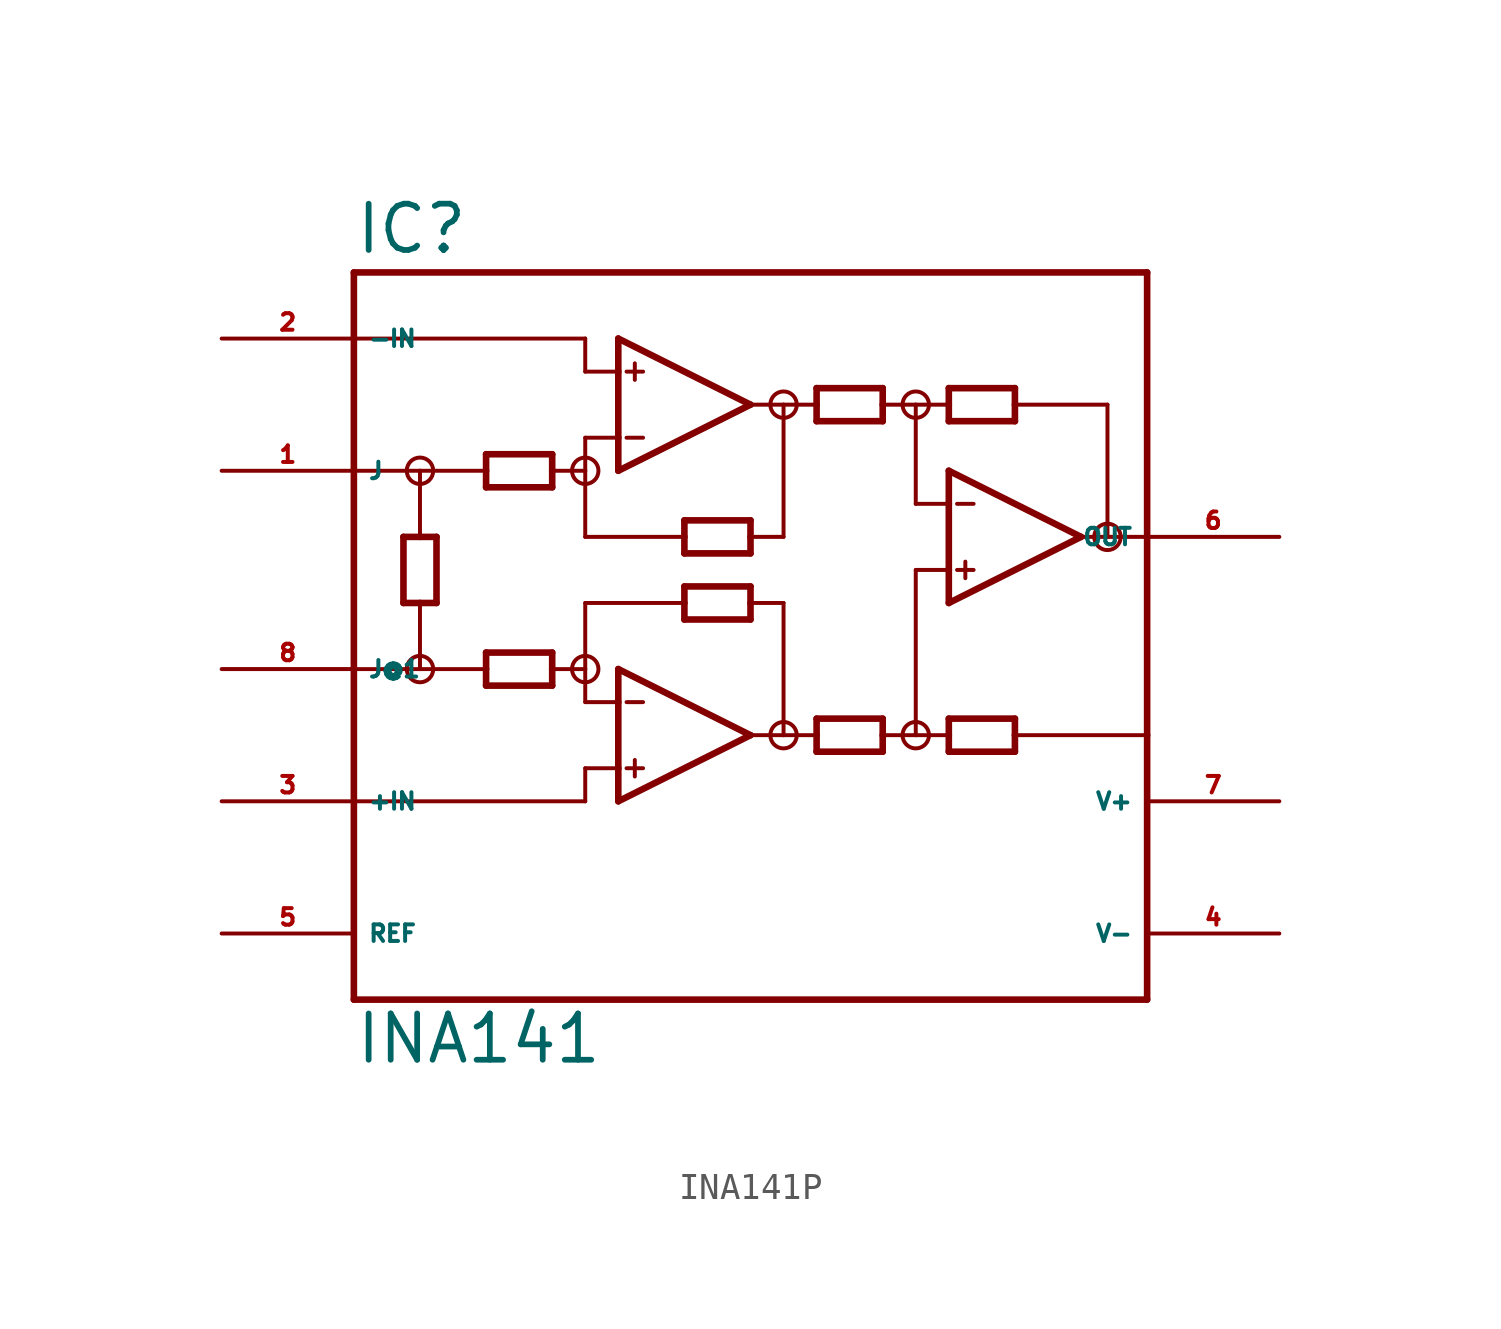
<source format=kicad_sym>
(kicad_symbol_lib
  (version 20220914)
  (generator Eagle2Kicad)
  (symbol "INA141P"
    (property "Reference" "IC"
      (at -17.78 15.875 0)
      (effects (font (size 1.778 1.778) (thickness 0.22)) (justify left bottom)))
    (property "Value" "INA141"
      (at -17.78 -15.24 0)
      (effects (font (size 1.778 1.778) (thickness 0.22)) (justify left bottom)))
    (polyline
      (pts (xy -7.62 7.62) (xy -7.62 8.89))
      (stroke (width 0.254) (type default))
      (fill (type none)))
    (polyline
      (pts (xy -7.62 8.89) (xy -7.62 11.43))
      (stroke (width 0.254) (type default))
      (fill (type none)))
    (polyline
      (pts (xy -7.62 11.43) (xy -7.62 12.7))
      (stroke (width 0.254) (type default))
      (fill (type none)))
    (polyline
      (pts (xy -7.62 12.7) (xy -2.54 10.16))
      (stroke (width 0.254) (type default))
      (fill (type none)))
    (polyline
      (pts (xy -2.54 10.16) (xy -7.62 7.62))
      (stroke (width 0.254) (type default))
      (fill (type none)))
    (polyline
      (pts (xy -2.54 4.445) (xy -2.54 5.08))
      (stroke (width 0.254) (type default))
      (fill (type none)))
    (polyline
      (pts (xy -2.54 5.08) (xy -2.54 5.715))
      (stroke (width 0.254) (type default))
      (fill (type none)))
    (polyline
      (pts (xy -2.54 5.715) (xy -5.08 5.715))
      (stroke (width 0.254) (type default))
      (fill (type none)))
    (polyline
      (pts (xy -5.08 5.715) (xy -5.08 5.08))
      (stroke (width 0.254) (type default))
      (fill (type none)))
    (polyline
      (pts (xy -5.08 5.08) (xy -5.08 4.445))
      (stroke (width 0.254) (type default))
      (fill (type none)))
    (polyline
      (pts (xy -5.08 4.445) (xy -2.54 4.445))
      (stroke (width 0.254) (type default))
      (fill (type none)))
    (polyline
      (pts (xy 0 9.525) (xy 0 10.16))
      (stroke (width 0.254) (type default))
      (fill (type none)))
    (polyline
      (pts (xy 0 10.16) (xy 0 10.795))
      (stroke (width 0.254) (type default))
      (fill (type none)))
    (polyline
      (pts (xy 0 10.795) (xy 2.54 10.795))
      (stroke (width 0.254) (type default))
      (fill (type none)))
    (polyline
      (pts (xy 2.54 10.795) (xy 2.54 10.16))
      (stroke (width 0.254) (type default))
      (fill (type none)))
    (polyline
      (pts (xy 2.54 10.16) (xy 2.54 9.525))
      (stroke (width 0.254) (type default))
      (fill (type none)))
    (polyline
      (pts (xy 2.54 9.525) (xy 0 9.525))
      (stroke (width 0.254) (type default))
      (fill (type none)))
    (polyline
      (pts (xy -7.62 11.43) (xy -8.89 11.43))
      (stroke (width 0.152) (type default))
      (fill (type none)))
    (polyline
      (pts (xy 7.62 10.795) (xy 7.62 10.16))
      (stroke (width 0.254) (type default))
      (fill (type none)))
    (polyline
      (pts (xy 7.62 10.16) (xy 7.62 9.525))
      (stroke (width 0.254) (type default))
      (fill (type none)))
    (polyline
      (pts (xy 7.62 9.525) (xy 5.08 9.525))
      (stroke (width 0.254) (type default))
      (fill (type none)))
    (polyline
      (pts (xy 5.08 9.525) (xy 5.08 10.16))
      (stroke (width 0.254) (type default))
      (fill (type none)))
    (polyline
      (pts (xy 5.08 10.16) (xy 5.08 10.795))
      (stroke (width 0.254) (type default))
      (fill (type none)))
    (polyline
      (pts (xy 5.08 10.795) (xy 7.62 10.795))
      (stroke (width 0.254) (type default))
      (fill (type none)))
    (polyline
      (pts (xy 5.08 -1.905) (xy 5.08 -2.54))
      (stroke (width 0.254) (type default))
      (fill (type none)))
    (polyline
      (pts (xy 5.08 -2.54) (xy 5.08 -3.175))
      (stroke (width 0.254) (type default))
      (fill (type none)))
    (polyline
      (pts (xy 5.08 -3.175) (xy 7.62 -3.175))
      (stroke (width 0.254) (type default))
      (fill (type none)))
    (polyline
      (pts (xy 7.62 -3.175) (xy 7.62 -2.54))
      (stroke (width 0.254) (type default))
      (fill (type none)))
    (polyline
      (pts (xy 7.62 -2.54) (xy 7.62 -1.905))
      (stroke (width 0.254) (type default))
      (fill (type none)))
    (polyline
      (pts (xy 7.62 -1.905) (xy 5.08 -1.905))
      (stroke (width 0.254) (type default))
      (fill (type none)))
    (polyline
      (pts (xy -7.62 8.89) (xy -8.89 8.89))
      (stroke (width 0.152) (type default))
      (fill (type none)))
    (polyline
      (pts (xy -7.303 11.43) (xy -6.668 11.43))
      (stroke (width 0.152) (type default))
      (fill (type none)))
    (polyline
      (pts (xy -7.303 8.89) (xy -6.668 8.89))
      (stroke (width 0.152) (type default))
      (fill (type none)))
    (polyline
      (pts (xy -6.985 11.748) (xy -6.985 11.113))
      (stroke (width 0.152) (type default))
      (fill (type none)))
    (polyline
      (pts (xy -17.78 -12.7) (xy 12.7 -12.7))
      (stroke (width 0.254) (type default))
      (fill (type none)))
    (polyline
      (pts (xy 12.7 -12.7) (xy 12.7 -2.54))
      (stroke (width 0.254) (type default))
      (fill (type none)))
    (polyline
      (pts (xy 12.7 -2.54) (xy 12.7 5.08))
      (stroke (width 0.254) (type default))
      (fill (type none)))
    (polyline
      (pts (xy 12.7 5.08) (xy 12.7 15.24))
      (stroke (width 0.254) (type default))
      (fill (type none)))
    (polyline
      (pts (xy 12.7 15.24) (xy -17.78 15.24))
      (stroke (width 0.254) (type default))
      (fill (type none)))
    (polyline
      (pts (xy -17.78 15.24) (xy -17.78 12.7))
      (stroke (width 0.254) (type default))
      (fill (type none)))
    (polyline
      (pts (xy -17.78 12.7) (xy -17.78 7.62))
      (stroke (width 0.254) (type default))
      (fill (type none)))
    (polyline
      (pts (xy -17.78 7.62) (xy -17.78 0))
      (stroke (width 0.254) (type default))
      (fill (type none)))
    (polyline
      (pts (xy -17.78 0) (xy -17.78 -5.08))
      (stroke (width 0.254) (type default))
      (fill (type none)))
    (polyline
      (pts (xy -17.78 -5.08) (xy -17.78 -12.7))
      (stroke (width 0.254) (type default))
      (fill (type none)))
    (polyline
      (pts (xy -7.62 -5.08) (xy -7.62 -3.81))
      (stroke (width 0.254) (type default))
      (fill (type none)))
    (polyline
      (pts (xy -7.62 -3.81) (xy -7.62 -1.27))
      (stroke (width 0.254) (type default))
      (fill (type none)))
    (polyline
      (pts (xy -7.62 -1.27) (xy -7.62 0))
      (stroke (width 0.254) (type default))
      (fill (type none)))
    (polyline
      (pts (xy -7.62 0) (xy -2.54 -2.54))
      (stroke (width 0.254) (type default))
      (fill (type none)))
    (polyline
      (pts (xy -2.54 -2.54) (xy -7.62 -5.08))
      (stroke (width 0.254) (type default))
      (fill (type none)))
    (polyline
      (pts (xy 2.54 -3.175) (xy 2.54 -2.54))
      (stroke (width 0.254) (type default))
      (fill (type none)))
    (polyline
      (pts (xy 2.54 -2.54) (xy 2.54 -1.905))
      (stroke (width 0.254) (type default))
      (fill (type none)))
    (polyline
      (pts (xy 2.54 -1.905) (xy 0 -1.905))
      (stroke (width 0.254) (type default))
      (fill (type none)))
    (polyline
      (pts (xy 0 -1.905) (xy 0 -2.54))
      (stroke (width 0.254) (type default))
      (fill (type none)))
    (polyline
      (pts (xy 0 -2.54) (xy 0 -3.175))
      (stroke (width 0.254) (type default))
      (fill (type none)))
    (polyline
      (pts (xy 0 -3.175) (xy 2.54 -3.175))
      (stroke (width 0.254) (type default))
      (fill (type none)))
    (polyline
      (pts (xy -5.08 1.905) (xy -5.08 2.54))
      (stroke (width 0.254) (type default))
      (fill (type none)))
    (polyline
      (pts (xy -5.08 2.54) (xy -5.08 3.175))
      (stroke (width 0.254) (type default))
      (fill (type none)))
    (polyline
      (pts (xy -5.08 3.175) (xy -2.54 3.175))
      (stroke (width 0.254) (type default))
      (fill (type none)))
    (polyline
      (pts (xy -2.54 3.175) (xy -2.54 2.54))
      (stroke (width 0.254) (type default))
      (fill (type none)))
    (polyline
      (pts (xy -2.54 2.54) (xy -2.54 1.905))
      (stroke (width 0.254) (type default))
      (fill (type none)))
    (polyline
      (pts (xy -2.54 1.905) (xy -5.08 1.905))
      (stroke (width 0.254) (type default))
      (fill (type none)))
    (polyline
      (pts (xy -7.62 -1.27) (xy -8.89 -1.27))
      (stroke (width 0.152) (type default))
      (fill (type none)))
    (polyline
      (pts (xy -7.62 -3.81) (xy -8.89 -3.81))
      (stroke (width 0.152) (type default))
      (fill (type none)))
    (polyline
      (pts (xy -7.303 -1.27) (xy -6.668 -1.27))
      (stroke (width 0.152) (type default))
      (fill (type none)))
    (polyline
      (pts (xy -7.303 -3.81) (xy -6.668 -3.81))
      (stroke (width 0.152) (type default))
      (fill (type none)))
    (polyline
      (pts (xy -6.985 -3.493) (xy -6.985 -4.128))
      (stroke (width 0.152) (type default))
      (fill (type none)))
    (polyline
      (pts (xy -8.89 11.43) (xy -8.89 12.7))
      (stroke (width 0.152) (type default))
      (fill (type none)))
    (polyline
      (pts (xy -8.89 12.7) (xy -17.78 12.7))
      (stroke (width 0.152) (type default))
      (fill (type none)))
    (polyline
      (pts (xy 5.08 2.54) (xy 5.08 3.81))
      (stroke (width 0.254) (type default))
      (fill (type none)))
    (polyline
      (pts (xy 5.08 3.81) (xy 5.08 6.35))
      (stroke (width 0.254) (type default))
      (fill (type none)))
    (polyline
      (pts (xy 5.08 6.35) (xy 5.08 7.62))
      (stroke (width 0.254) (type default))
      (fill (type none)))
    (polyline
      (pts (xy 5.08 7.62) (xy 10.16 5.08))
      (stroke (width 0.254) (type default))
      (fill (type none)))
    (polyline
      (pts (xy 10.16 5.08) (xy 5.08 2.54))
      (stroke (width 0.254) (type default))
      (fill (type none)))
    (polyline
      (pts (xy 5.08 3.81) (xy 3.81 3.81))
      (stroke (width 0.152) (type default))
      (fill (type none)))
    (polyline
      (pts (xy 5.397 6.35) (xy 6.032 6.35))
      (stroke (width 0.152) (type default))
      (fill (type none)))
    (polyline
      (pts (xy 5.397 3.81) (xy 6.032 3.81))
      (stroke (width 0.152) (type default))
      (fill (type none)))
    (polyline
      (pts (xy 5.715 4.128) (xy 5.715 3.493))
      (stroke (width 0.152) (type default))
      (fill (type none)))
    (polyline
      (pts (xy -2.54 10.16) (xy -1.27 10.16))
      (stroke (width 0.152) (type default))
      (fill (type none)))
    (polyline
      (pts (xy -1.27 10.16) (xy 0 10.16))
      (stroke (width 0.152) (type default))
      (fill (type none)))
    (polyline
      (pts (xy 2.54 10.16) (xy 3.81 10.16))
      (stroke (width 0.152) (type default))
      (fill (type none)))
    (polyline
      (pts (xy 3.81 10.16) (xy 5.08 10.16))
      (stroke (width 0.152) (type default))
      (fill (type none)))
    (polyline
      (pts (xy 10.16 5.08) (xy 11.176 5.08))
      (stroke (width 0.152) (type default))
      (fill (type none)))
    (polyline
      (pts (xy 11.176 5.08) (xy 11.176 10.16))
      (stroke (width 0.152) (type default))
      (fill (type none)))
    (polyline
      (pts (xy 11.176 10.16) (xy 7.62 10.16))
      (stroke (width 0.152) (type default))
      (fill (type none)))
    (polyline
      (pts (xy 11.176 5.08) (xy 12.7 5.08))
      (stroke (width 0.152) (type default))
      (fill (type none)))
    (polyline
      (pts (xy -8.89 8.89) (xy -8.89 7.62))
      (stroke (width 0.152) (type default))
      (fill (type none)))
    (polyline
      (pts (xy -8.89 7.62) (xy -8.89 5.08))
      (stroke (width 0.152) (type default))
      (fill (type none)))
    (polyline
      (pts (xy -8.89 5.08) (xy -5.08 5.08))
      (stroke (width 0.152) (type default))
      (fill (type none)))
    (polyline
      (pts (xy -1.27 10.16) (xy -1.27 5.08))
      (stroke (width 0.152) (type default))
      (fill (type none)))
    (polyline
      (pts (xy -1.27 5.08) (xy -2.54 5.08))
      (stroke (width 0.152) (type default))
      (fill (type none)))
    (polyline
      (pts (xy 3.81 10.16) (xy 3.81 6.35))
      (stroke (width 0.152) (type default))
      (fill (type none)))
    (polyline
      (pts (xy 3.81 6.35) (xy 5.08 6.35))
      (stroke (width 0.152) (type default))
      (fill (type none)))
    (polyline
      (pts (xy -5.08 2.54) (xy -8.89 2.54))
      (stroke (width 0.152) (type default))
      (fill (type none)))
    (polyline
      (pts (xy -8.89 2.54) (xy -8.89 0))
      (stroke (width 0.152) (type default))
      (fill (type none)))
    (polyline
      (pts (xy -8.89 0) (xy -8.89 -1.27))
      (stroke (width 0.152) (type default))
      (fill (type none)))
    (polyline
      (pts (xy -2.54 2.54) (xy -1.27 2.54))
      (stroke (width 0.152) (type default))
      (fill (type none)))
    (polyline
      (pts (xy -1.27 2.54) (xy -1.27 -2.54))
      (stroke (width 0.152) (type default))
      (fill (type none)))
    (polyline
      (pts (xy -1.27 -2.54) (xy -2.54 -2.54))
      (stroke (width 0.152) (type default))
      (fill (type none)))
    (polyline
      (pts (xy -1.27 -2.54) (xy 0 -2.54))
      (stroke (width 0.152) (type default))
      (fill (type none)))
    (polyline
      (pts (xy 2.54 -2.54) (xy 3.81 -2.54))
      (stroke (width 0.152) (type default))
      (fill (type none)))
    (polyline
      (pts (xy 3.81 -2.54) (xy 5.08 -2.54))
      (stroke (width 0.152) (type default))
      (fill (type none)))
    (polyline
      (pts (xy -8.89 -3.81) (xy -8.89 -5.08))
      (stroke (width 0.152) (type default))
      (fill (type none)))
    (polyline
      (pts (xy -8.89 -5.08) (xy -17.78 -5.08))
      (stroke (width 0.152) (type default))
      (fill (type none)))
    (polyline
      (pts (xy 3.81 3.81) (xy 3.81 -2.54))
      (stroke (width 0.152) (type default))
      (fill (type none)))
    (polyline
      (pts (xy 7.62 -2.54) (xy 12.7 -2.54))
      (stroke (width 0.152) (type default))
      (fill (type none)))
    (polyline
      (pts (xy -10.16 6.985) (xy -10.16 7.62))
      (stroke (width 0.254) (type default))
      (fill (type none)))
    (polyline
      (pts (xy -10.16 7.62) (xy -10.16 8.255))
      (stroke (width 0.254) (type default))
      (fill (type none)))
    (polyline
      (pts (xy -10.16 8.255) (xy -12.7 8.255))
      (stroke (width 0.254) (type default))
      (fill (type none)))
    (polyline
      (pts (xy -12.7 8.255) (xy -12.7 7.62))
      (stroke (width 0.254) (type default))
      (fill (type none)))
    (polyline
      (pts (xy -12.7 7.62) (xy -12.7 6.985))
      (stroke (width 0.254) (type default))
      (fill (type none)))
    (polyline
      (pts (xy -12.7 6.985) (xy -10.16 6.985))
      (stroke (width 0.254) (type default))
      (fill (type none)))
    (polyline
      (pts (xy -10.16 -0.635) (xy -10.16 0))
      (stroke (width 0.254) (type default))
      (fill (type none)))
    (polyline
      (pts (xy -10.16 0) (xy -10.16 0.635))
      (stroke (width 0.254) (type default))
      (fill (type none)))
    (polyline
      (pts (xy -10.16 0.635) (xy -12.7 0.635))
      (stroke (width 0.254) (type default))
      (fill (type none)))
    (polyline
      (pts (xy -12.7 0.635) (xy -12.7 0))
      (stroke (width 0.254) (type default))
      (fill (type none)))
    (polyline
      (pts (xy -12.7 0) (xy -12.7 -0.635))
      (stroke (width 0.254) (type default))
      (fill (type none)))
    (polyline
      (pts (xy -12.7 -0.635) (xy -10.16 -0.635))
      (stroke (width 0.254) (type default))
      (fill (type none)))
    (polyline
      (pts (xy -8.89 0) (xy -10.16 0))
      (stroke (width 0.152) (type default))
      (fill (type none)))
    (polyline
      (pts (xy -14.605 5.08) (xy -15.24 5.08))
      (stroke (width 0.254) (type default))
      (fill (type none)))
    (polyline
      (pts (xy -15.24 5.08) (xy -15.875 5.08))
      (stroke (width 0.254) (type default))
      (fill (type none)))
    (polyline
      (pts (xy -15.875 5.08) (xy -15.875 2.54))
      (stroke (width 0.254) (type default))
      (fill (type none)))
    (polyline
      (pts (xy -15.875 2.54) (xy -15.24 2.54))
      (stroke (width 0.254) (type default))
      (fill (type none)))
    (polyline
      (pts (xy -15.24 2.54) (xy -14.605 2.54))
      (stroke (width 0.254) (type default))
      (fill (type none)))
    (polyline
      (pts (xy -14.605 2.54) (xy -14.605 5.08))
      (stroke (width 0.254) (type default))
      (fill (type none)))
    (polyline
      (pts (xy -15.24 0) (xy -15.24 2.54))
      (stroke (width 0.152) (type default))
      (fill (type none)))
    (polyline
      (pts (xy -15.24 7.62) (xy -15.24 5.08))
      (stroke (width 0.152) (type default))
      (fill (type none)))
    (polyline
      (pts (xy -17.78 7.62) (xy -15.24 7.62))
      (stroke (width 0.152) (type default))
      (fill (type none)))
    (polyline
      (pts (xy -15.24 7.62) (xy -12.7 7.62))
      (stroke (width 0.152) (type default))
      (fill (type none)))
    (polyline
      (pts (xy -17.78 0) (xy -15.24 0))
      (stroke (width 0.152) (type default))
      (fill (type none)))
    (polyline
      (pts (xy -15.24 0) (xy -12.7 0))
      (stroke (width 0.152) (type default))
      (fill (type none)))
    (polyline
      (pts (xy -10.16 7.62) (xy -8.89 7.62))
      (stroke (width 0.152) (type default))
      (fill (type none)))
    (circle
      (center -15.24 7.62)
      (radius 0.508)
      (stroke (width 0) (type default))
      (fill (type none)))
    (circle
      (center -8.89 7.62)
      (radius 0.508)
      (stroke (width 0) (type default))
      (fill (type none)))
    (circle
      (center -15.24 0)
      (radius 0.508)
      (stroke (width 0) (type default))
      (fill (type none)))
    (circle
      (center -8.89 0)
      (radius 0.508)
      (stroke (width 0) (type default))
      (fill (type none)))
    (circle
      (center -1.27 10.16)
      (radius 0.508)
      (stroke (width 0) (type default))
      (fill (type none)))
    (circle
      (center 3.81 10.16)
      (radius 0.508)
      (stroke (width 0) (type default))
      (fill (type none)))
    (circle
      (center -1.27 -2.54)
      (radius 0.508)
      (stroke (width 0) (type default))
      (fill (type none)))
    (circle
      (center 3.81 -2.54)
      (radius 0.508)
      (stroke (width 0) (type default))
      (fill (type none)))
    (circle
      (center 11.176 5.08)
      (radius 0.508)
      (stroke (width 0) (type default))
      (fill (type none)))
    (pin input line
      (at -22.86 -5.08 0)
      (length 5.08)
      (name "+IN" (effects (font (size 0.635 0.635) (thickness 0.08)) (justify left bottom)))
      (number "3" (effects (font (size 0.635 0.635) (thickness 0.08)) (justify left bottom))))
    (pin input line
      (at -22.86 12.7 0)
      (length 5.08)
      (name "-IN" (effects (font (size 0.635 0.635) (thickness 0.08)) (justify left bottom)))
      (number "2" (effects (font (size 0.635 0.635) (thickness 0.08)) (justify left bottom))))
    (pin output line
      (at 17.78 5.08 180)
      (length 5.08)
      (name "OUT" (effects (font (size 0.635 0.635) (thickness 0.08)) (justify left bottom)))
      (number "6" (effects (font (size 0.635 0.635) (thickness 0.08)) (justify left bottom))))
    (pin passive line
      (at -22.86 7.62 0)
      (length 5.08)
      (name "J" (effects (font (size 0.635 0.635) (thickness 0.08)) (justify left bottom)))
      (number "1" (effects (font (size 0.635 0.635) (thickness 0.08)) (justify left bottom))))
    (pin passive line
      (at -22.86 0 0)
      (length 5.08)
      (name "J@1" (effects (font (size 0.635 0.635) (thickness 0.08)) (justify left bottom)))
      (number "8" (effects (font (size 0.635 0.635) (thickness 0.08)) (justify left bottom))))
    (pin passive line
      (at -22.86 -10.16 0)
      (length 5.08)
      (name "REF" (effects (font (size 0.635 0.635) (thickness 0.08)) (justify left bottom)))
      (number "5" (effects (font (size 0.635 0.635) (thickness 0.08)) (justify left bottom))))
    (pin unspecified line
      (at 17.78 -10.16 180)
      (length 5.08)
      (name "V-" (effects (font (size 0.635 0.635) (thickness 0.08)) (justify left bottom)))
      (number "4" (effects (font (size 0.635 0.635) (thickness 0.08)) (justify left bottom))))
    (pin unspecified line
      (at 17.78 -5.08 180)
      (length 5.08)
      (name "V+" (effects (font (size 0.635 0.635) (thickness 0.08)) (justify left bottom)))
      (number "7" (effects (font (size 0.635 0.635) (thickness 0.08)) (justify left bottom))))))
</source>
